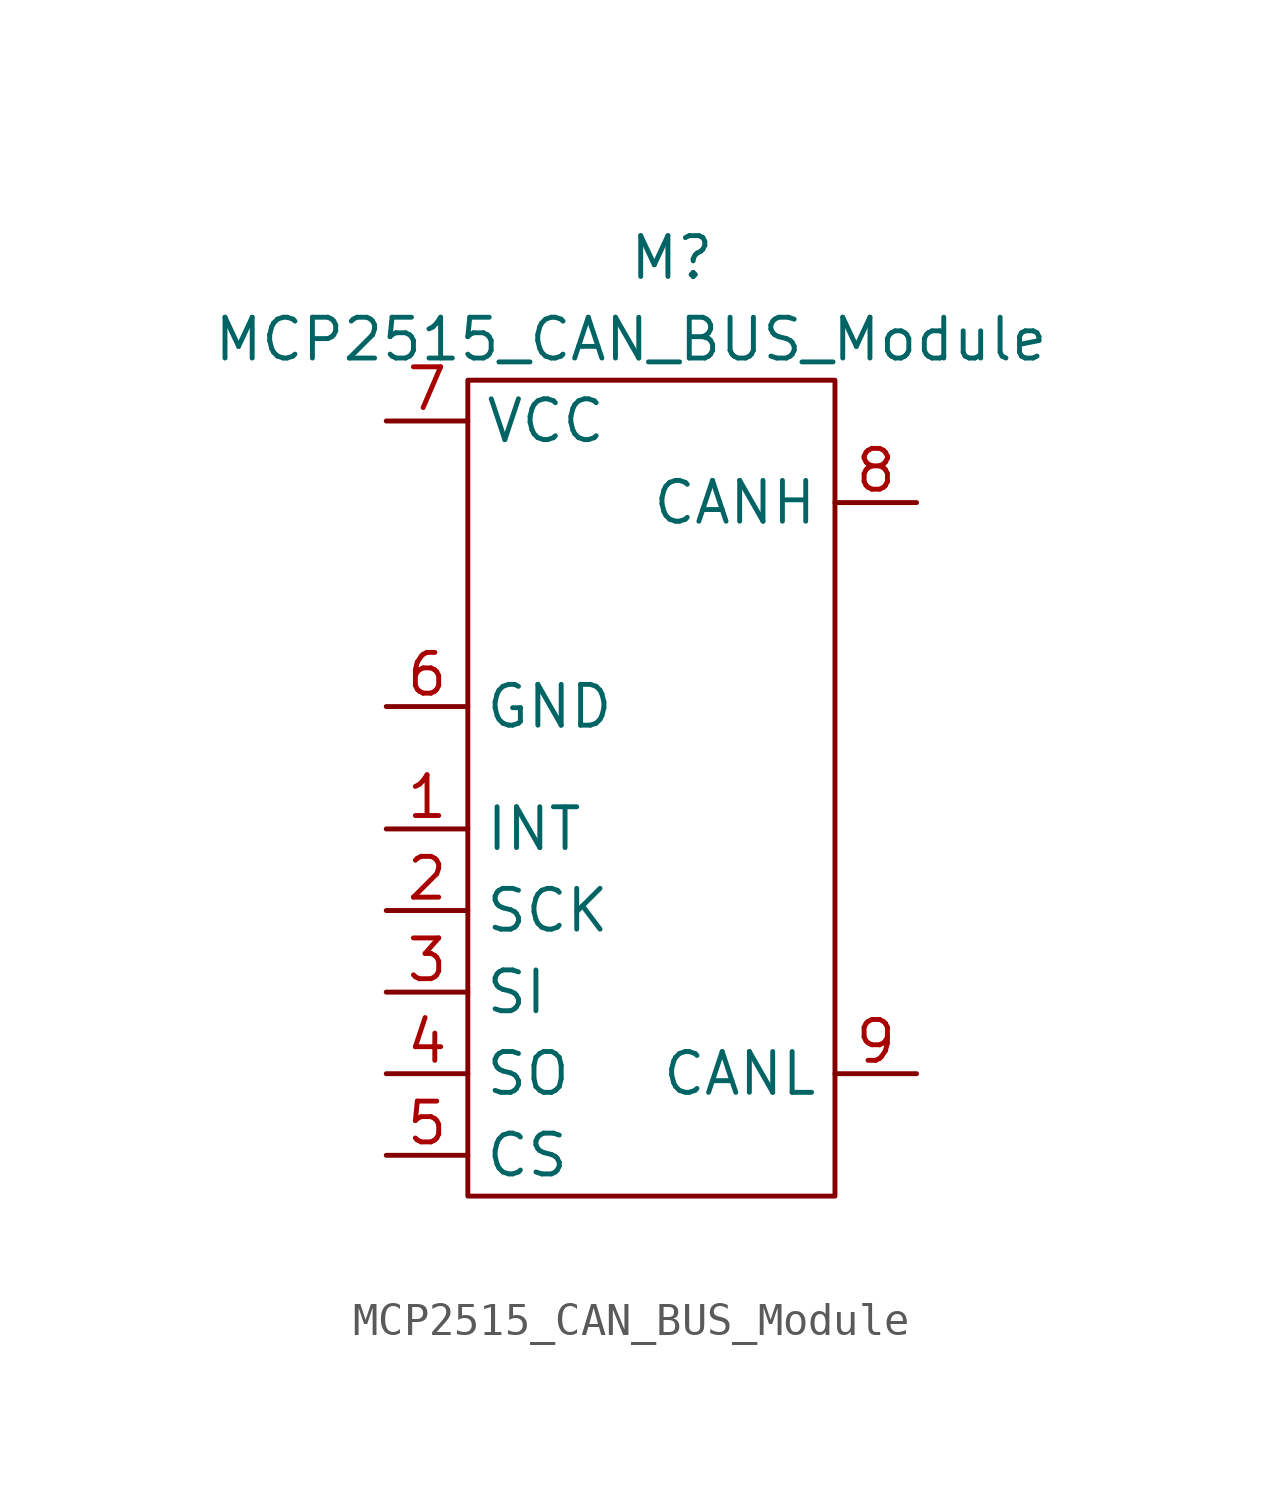
<source format=kicad_sym>
(kicad_symbol_lib
  (version 20211014)
  (generator kicad_symbol_editor)
  (symbol "MCP2515_CAN_BUS_Module"
    (property "Reference" "M"
      (at 6.35 3.81 0)
      (effects (font (size 1.27 1.27))))
    (property "Value" "MCP2515_CAN_BUS_Module"
      (at 5.08 1.27 0)
      (effects (font (size 1.27 1.27))))
    (symbol "MCP2515_CAN_BUS_Module_0_1"
      (rectangle (start 0 0) (end 11.43 -25.4) (stroke (width 0) (type default) (color 0 0 0 0)) (fill (type none))))
    (symbol "MCP2515_CAN_BUS_Module_1_1"
      (pin input line (at -2.54 -13.97 0) (length 2.54) (name "INT" (effects (font (size 1.27 1.27)))) (number "1" (effects (font (size 1.27 1.27)))))
      (pin input line (at -2.54 -16.51 0) (length 2.54) (name "SCK" (effects (font (size 1.27 1.27)))) (number "2" (effects (font (size 1.27 1.27)))))
      (pin input line (at -2.54 -19.05 0) (length 2.54) (name "SI" (effects (font (size 1.27 1.27)))) (number "3" (effects (font (size 1.27 1.27)))))
      (pin output line (at -2.54 -21.59 0) (length 2.54) (name "SO" (effects (font (size 1.27 1.27)))) (number "4" (effects (font (size 1.27 1.27)))))
      (pin input line (at -2.54 -24.13 0) (length 2.54) (name "CS" (effects (font (size 1.27 1.27)))) (number "5" (effects (font (size 1.27 1.27)))))
      (pin input line (at -2.54 -10.16 0) (length 2.54) (name "GND" (effects (font (size 1.27 1.27)))) (number "6" (effects (font (size 1.27 1.27)))))
      (pin input line (at -2.54 -1.27 0) (length 2.54) (name "VCC" (effects (font (size 1.27 1.27)))) (number "7" (effects (font (size 1.27 1.27)))))
      (pin bidirectional line (at 13.97 -3.81 180) (length 2.54) (name "CANH" (effects (font (size 1.27 1.27)))) (number "8" (effects (font (size 1.27 1.27)))))
      (pin bidirectional line (at 13.97 -21.59 180) (length 2.54) (name "CANL" (effects (font (size 1.27 1.27)))) (number "9" (effects (font (size 1.27 1.27))))))))
</source>
